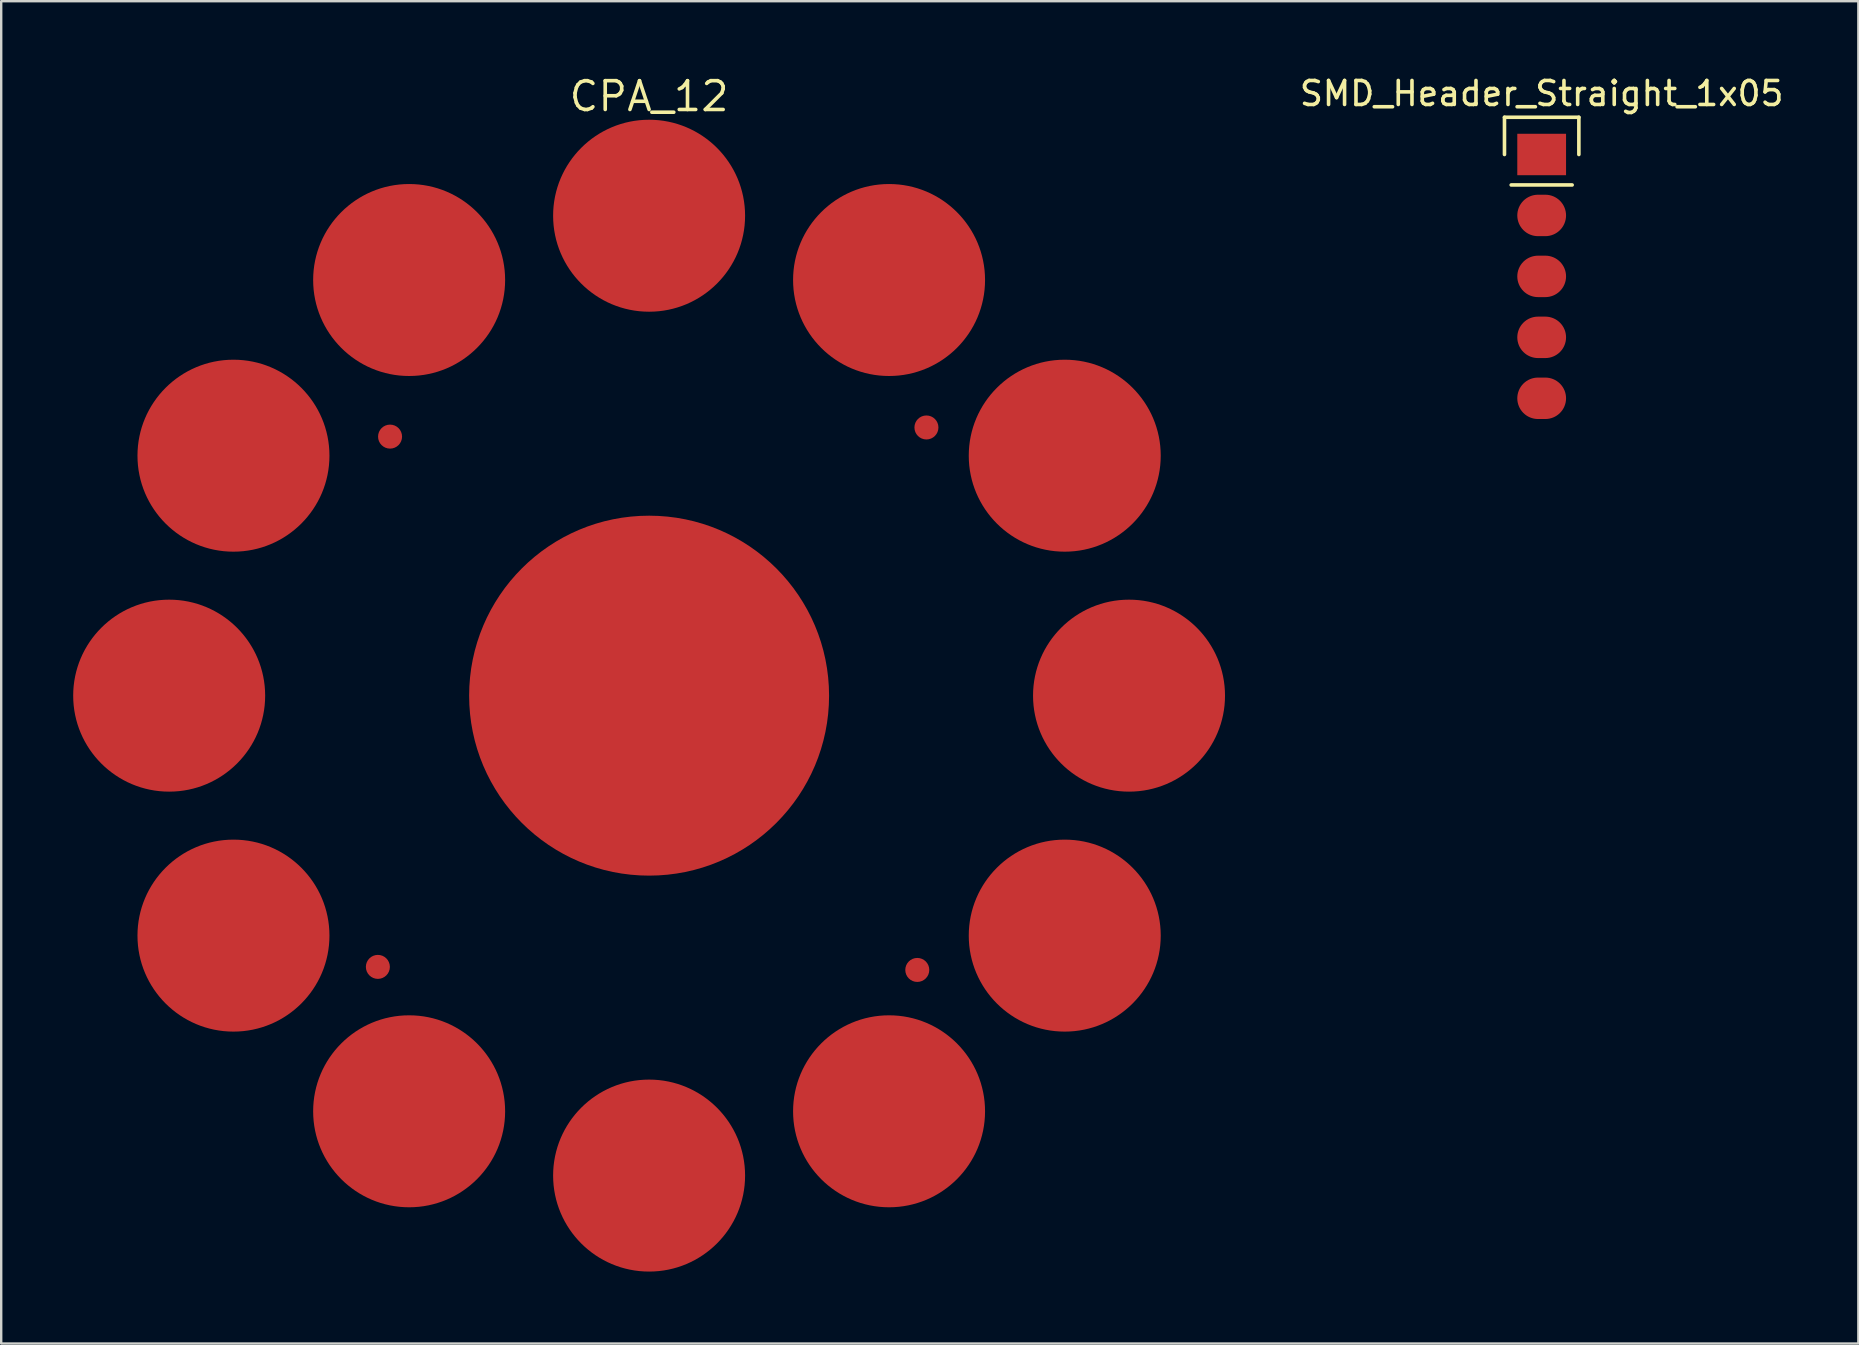
<source format=kicad_pcb>
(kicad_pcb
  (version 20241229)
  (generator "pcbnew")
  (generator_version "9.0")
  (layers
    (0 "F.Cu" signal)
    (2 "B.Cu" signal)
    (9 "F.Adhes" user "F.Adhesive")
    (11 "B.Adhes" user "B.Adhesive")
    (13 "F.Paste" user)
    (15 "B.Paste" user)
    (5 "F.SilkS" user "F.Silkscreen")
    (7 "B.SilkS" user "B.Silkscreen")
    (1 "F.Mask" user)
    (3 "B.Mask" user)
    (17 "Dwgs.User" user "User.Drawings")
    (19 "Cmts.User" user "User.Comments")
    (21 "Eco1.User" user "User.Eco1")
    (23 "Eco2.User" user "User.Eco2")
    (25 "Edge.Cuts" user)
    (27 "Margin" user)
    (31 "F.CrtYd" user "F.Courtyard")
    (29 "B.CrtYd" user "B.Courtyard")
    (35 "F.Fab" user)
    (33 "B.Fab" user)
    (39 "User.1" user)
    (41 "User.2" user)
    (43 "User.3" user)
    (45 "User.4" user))
  (footprint "CPA_12"
    (layer "F.Cu")
    (at 24 25.94)
    (property "Reference" "CPA_12" (at 0 -24.975 0) (layer "F.SilkS") (effects (font (size 1.2 1.2) (thickness 0.15))))
    (attr through_hole)
    (pad "1" smd circle (at 0 -20) (size 8 8) (layers "F.Cu"))
    (pad "2" smd circle (at 10 -17.321) (size 8 8) (layers "F.Cu"))
    (pad "3" smd circle (at 17.321 -10) (size 8 8) (layers "F.Cu"))
    (pad "4" smd circle (at 20 0) (size 8 8) (layers "F.Cu"))
    (pad "5" smd circle (at 17.321 10) (size 8 8) (layers "F.Cu"))
    (pad "6" smd circle (at 10 17.321) (size 8 8) (layers "F.Cu"))
    (pad "7" smd circle (at 0 20) (size 8 8) (layers "F.Cu"))
    (pad "8" smd circle (at -10 17.321) (size 8 8) (layers "F.Cu"))
    (pad "9" smd circle (at -17.321 10) (size 8 8) (layers "F.Cu"))
    (pad "10" smd circle (at -20 0) (size 8 8) (layers "F.Cu"))
    (pad "11" smd circle (at -17.321 -10) (size 8 8) (layers "F.Cu"))
    (pad "12" smd circle (at -10 -17.321) (size 8 8) (layers "F.Cu"))
    (pad "13" smd circle (at 0 0) (size 15 15) (layers "F.Cu"))
    (pad "14" smd circle (at -11.303 11.303) (size 1 1) (layers "F.Cu"))
    (pad "14" smd circle (at -10.795 -10.795) (size 1 1) (layers "F.Cu"))
    (pad "14" smd circle (at 11.176 11.43) (size 1 1) (layers "F.Cu"))
    (pad "14" smd circle (at 11.557 -11.176) (size 1 1) (layers "F.Cu")))
  (footprint "SMD_Header_Straight_1x05"
    (layer "F.Cu")
    (at 61.196 3.388)
    (property "Reference" "SMD_Header_Straight_1x05" (at 0 -2.54 0) (layer "F.SilkS") (effects (font (size 1 1) (thickness 0.15))))
    (attr through_hole)
    (fp_line (start -1.55 -1.55) (end 1.55 -1.55) (stroke (width 0.15) (type solid)) (layer "F.SilkS"))
    (fp_line (start -1.55 0) (end -1.55 -1.55) (stroke (width 0.15) (type solid)) (layer "F.SilkS"))
    (fp_line (start 1.27 1.27) (end -1.27 1.27) (stroke (width 0.15) (type solid)) (layer "F.SilkS"))
    (fp_line (start 1.55 -1.55) (end 1.55 0) (stroke (width 0.15) (type solid)) (layer "F.SilkS"))
    (pad "1" connect rect (at 0 0) (size 2.032 1.727) (layers "F.Cu" "F.Mask"))
    (pad "2" connect oval (at 0 2.54) (size 2.032 1.727) (layers "F.Cu" "F.Mask"))
    (pad "3" connect oval (at 0 5.08) (size 2.032 1.727) (layers "F.Cu" "F.Mask"))
    (pad "4" connect oval (at 0 7.62) (size 2.032 1.727) (layers "F.Cu" "F.Mask"))
    (pad "5" connect oval (at 0 10.16) (size 2.032 1.727) (layers "F.Cu" "F.Mask")))
  (gr_rect
    (start -3 -3)
    (end 74.393 52.94)
    (stroke (width 0.1) (type default))
    (fill no)
    (layer "Edge.Cuts")))
</source>
